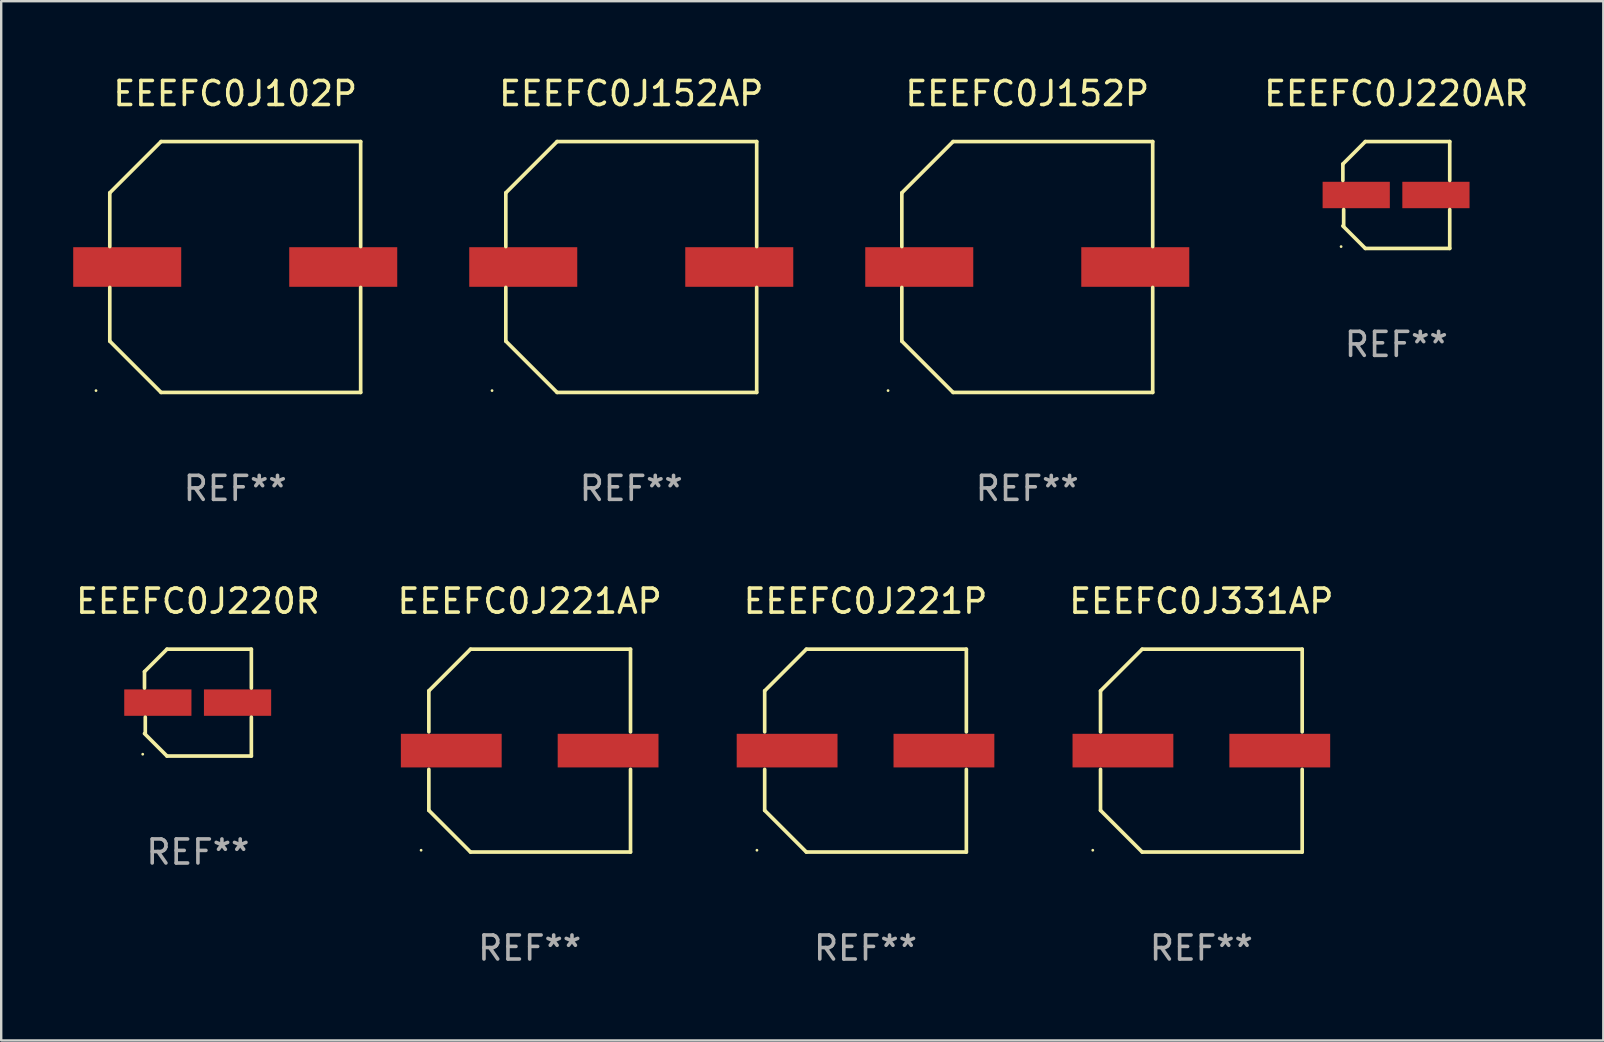
<source format=kicad_pcb>
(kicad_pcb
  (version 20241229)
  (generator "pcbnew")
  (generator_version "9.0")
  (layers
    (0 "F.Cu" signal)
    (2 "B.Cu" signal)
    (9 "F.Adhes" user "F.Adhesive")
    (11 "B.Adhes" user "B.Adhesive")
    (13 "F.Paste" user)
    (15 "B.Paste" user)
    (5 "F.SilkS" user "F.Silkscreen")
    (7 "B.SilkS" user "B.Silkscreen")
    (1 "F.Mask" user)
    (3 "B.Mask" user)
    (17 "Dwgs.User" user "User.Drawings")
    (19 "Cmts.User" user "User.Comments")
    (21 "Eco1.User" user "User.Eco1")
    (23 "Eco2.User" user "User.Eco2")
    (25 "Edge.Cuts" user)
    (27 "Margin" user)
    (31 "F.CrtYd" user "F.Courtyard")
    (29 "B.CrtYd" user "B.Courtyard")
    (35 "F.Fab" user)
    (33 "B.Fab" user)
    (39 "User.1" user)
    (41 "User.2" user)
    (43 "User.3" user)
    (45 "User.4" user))
  (footprint "EEEFC0J152P"
    (layer "F.Cu")
    (at 39.749 8.074)
    (property "Reference" "EEEFC0J152P" (at 0 -7.226 0) (layer "F.SilkS") (effects (font (size 1 1) (thickness 0.15))))
    (attr through_hole)
    (fp_line (start -5.226 -3.09) (end -5.226 -0.852) (stroke (width 0.152) (type solid)) (layer "F.SilkS"))
    (fp_line (start -5.226 3.09) (end -5.226 0.852) (stroke (width 0.152) (type solid)) (layer "F.SilkS"))
    (fp_line (start -3.09 -5.226) (end -5.226 -3.09) (stroke (width 0.152) (type solid)) (layer "F.SilkS"))
    (fp_line (start -3.09 5.226) (end -5.226 3.09) (stroke (width 0.152) (type solid)) (layer "F.SilkS"))
    (fp_line (start 5.226 -5.226) (end -3.09 -5.226) (stroke (width 0.152) (type solid)) (layer "F.SilkS"))
    (fp_line (start 5.226 -0.852) (end 5.226 -5.226) (stroke (width 0.152) (type solid)) (layer "F.SilkS"))
    (fp_line (start 5.226 0.852) (end 5.226 5.226) (stroke (width 0.152) (type solid)) (layer "F.SilkS"))
    (fp_line (start 5.226 5.226) (end -3.09 5.226) (stroke (width 0.152) (type solid)) (layer "F.SilkS"))
    (fp_circle (center -5.8 5.15) (end -5.77 5.15) (stroke (width 0.06) (type solid)) (fill no) (layer "F.SilkS"))
    (fp_text user "REF**" (at 0 9.226 0) (layer "F.Fab") (effects (font (size 1 1) (thickness 0.15))))
    (pad "1" smd rect (at -4.5 0) (size 4.5 1.65) (layers "F.Cu" "F.Mask" "F.Paste"))
    (pad "2" smd rect (at 4.5 0) (size 4.5 1.65) (layers "F.Cu" "F.Mask" "F.Paste")))
  (footprint "EEEFC0J220AR"
    (layer "F.Cu")
    (at 55.124 5.074)
    (property "Reference" "EEEFC0J220AR" (at 0 -4.226 0) (layer "F.SilkS") (effects (font (size 1 1) (thickness 0.15))))
    (attr through_hole)
    (fp_line (start -2.226 -1.29) (end -2.226 -0.607) (stroke (width 0.152) (type solid)) (layer "F.SilkS"))
    (fp_line (start -2.193 1.29) (end -2.193 0.607) (stroke (width 0.152) (type solid)) (layer "F.SilkS"))
    (fp_line (start -1.29 2.226) (end -2.226 1.29) (stroke (width 0.152) (type solid)) (layer "F.SilkS"))
    (fp_line (start -1.29 -2.226) (end -2.226 -1.29) (stroke (width 0.152) (type solid)) (layer "F.SilkS"))
    (fp_line (start 2.226 -2.226) (end -1.29 -2.226) (stroke (width 0.152) (type solid)) (layer "F.SilkS"))
    (fp_line (start 2.226 -0.607) (end 2.226 -2.226) (stroke (width 0.152) (type solid)) (layer "F.SilkS"))
    (fp_line (start 2.226 0.607) (end 2.226 2.226) (stroke (width 0.152) (type solid)) (layer "F.SilkS"))
    (fp_line (start 2.226 2.226) (end -1.29 2.226) (stroke (width 0.152) (type solid)) (layer "F.SilkS"))
    (fp_circle (center -2.3 2.15) (end -2.27 2.15) (stroke (width 0.06) (type solid)) (fill no) (layer "F.SilkS"))
    (fp_text user "REF**" (at 0 6.226 0) (layer "F.Fab") (effects (font (size 1 1) (thickness 0.15))))
    (pad "1" smd rect (at -1.67 -0.000025) (size 2.8 1.1) (layers "F.Cu" "F.Mask" "F.Paste"))
    (pad "2" smd rect (at 1.651 -0.000025) (size 2.8 1.1) (layers "F.Cu" "F.Mask" "F.Paste")))
  (footprint "EEEFC0J220R"
    (layer "F.Cu")
    (at 5.196 26.223)
    (property "Reference" "EEEFC0J220R" (at 0 -4.226 0) (layer "F.SilkS") (effects (font (size 1 1) (thickness 0.15))))
    (attr through_hole)
    (fp_line (start -2.226 -1.29) (end -2.226 -0.607) (stroke (width 0.152) (type solid)) (layer "F.SilkS"))
    (fp_line (start -2.193 1.29) (end -2.193 0.607) (stroke (width 0.152) (type solid)) (layer "F.SilkS"))
    (fp_line (start -1.29 2.226) (end -2.226 1.29) (stroke (width 0.152) (type solid)) (layer "F.SilkS"))
    (fp_line (start -1.29 -2.226) (end -2.226 -1.29) (stroke (width 0.152) (type solid)) (layer "F.SilkS"))
    (fp_line (start 2.226 -2.226) (end -1.29 -2.226) (stroke (width 0.152) (type solid)) (layer "F.SilkS"))
    (fp_line (start 2.226 -0.607) (end 2.226 -2.226) (stroke (width 0.152) (type solid)) (layer "F.SilkS"))
    (fp_line (start 2.226 0.607) (end 2.226 2.226) (stroke (width 0.152) (type solid)) (layer "F.SilkS"))
    (fp_line (start 2.226 2.226) (end -1.29 2.226) (stroke (width 0.152) (type solid)) (layer "F.SilkS"))
    (fp_circle (center -2.3 2.15) (end -2.27 2.15) (stroke (width 0.06) (type solid)) (fill no) (layer "F.SilkS"))
    (fp_text user "REF**" (at 0 6.226 0) (layer "F.Fab") (effects (font (size 1 1) (thickness 0.15))))
    (pad "1" smd rect (at -1.67 -0.000025) (size 2.8 1.1) (layers "F.Cu" "F.Mask" "F.Paste"))
    (pad "2" smd rect (at 1.651 -0.000025) (size 2.8 1.1) (layers "F.Cu" "F.Mask" "F.Paste")))
  (footprint "EEEFC0J102P"
    (layer "F.Cu")
    (at 6.75 8.074)
    (property "Reference" "EEEFC0J102P" (at 0 -7.226 0) (layer "F.SilkS") (effects (font (size 1 1) (thickness 0.15))))
    (attr through_hole)
    (fp_line (start -5.226 -3.09) (end -5.226 -0.852) (stroke (width 0.152) (type solid)) (layer "F.SilkS"))
    (fp_line (start -5.226 3.09) (end -5.226 0.852) (stroke (width 0.152) (type solid)) (layer "F.SilkS"))
    (fp_line (start -3.09 -5.226) (end -5.226 -3.09) (stroke (width 0.152) (type solid)) (layer "F.SilkS"))
    (fp_line (start -3.09 5.226) (end -5.226 3.09) (stroke (width 0.152) (type solid)) (layer "F.SilkS"))
    (fp_line (start 5.226 -5.226) (end -3.09 -5.226) (stroke (width 0.152) (type solid)) (layer "F.SilkS"))
    (fp_line (start 5.226 -0.852) (end 5.226 -5.226) (stroke (width 0.152) (type solid)) (layer "F.SilkS"))
    (fp_line (start 5.226 0.852) (end 5.226 5.226) (stroke (width 0.152) (type solid)) (layer "F.SilkS"))
    (fp_line (start 5.226 5.226) (end -3.09 5.226) (stroke (width 0.152) (type solid)) (layer "F.SilkS"))
    (fp_circle (center -5.8 5.15) (end -5.77 5.15) (stroke (width 0.06) (type solid)) (fill no) (layer "F.SilkS"))
    (fp_text user "REF**" (at 0 9.226 0) (layer "F.Fab") (effects (font (size 1 1) (thickness 0.15))))
    (pad "1" smd rect (at -4.5 0) (size 4.5 1.65) (layers "F.Cu" "F.Mask" "F.Paste"))
    (pad "2" smd rect (at 4.5 0) (size 4.5 1.65) (layers "F.Cu" "F.Mask" "F.Paste")))
  (footprint "EEEFC0J221AP"
    (layer "F.Cu")
    (at 19.018 28.223)
    (property "Reference" "EEEFC0J221AP" (at 0 -6.226 0) (layer "F.SilkS") (effects (font (size 1 1) (thickness 0.15))))
    (attr through_hole)
    (fp_line (start -4.201 -2.49) (end -4.201 -0.782) (stroke (width 0.152) (type solid)) (layer "F.SilkS"))
    (fp_line (start -4.201 2.49) (end -4.201 0.782) (stroke (width 0.152) (type solid)) (layer "F.SilkS"))
    (fp_line (start -2.465 -4.226) (end -4.201 -2.49) (stroke (width 0.152) (type solid)) (layer "F.SilkS"))
    (fp_line (start -2.465 4.226) (end -4.201 2.49) (stroke (width 0.152) (type solid)) (layer "F.SilkS"))
    (fp_line (start 4.201 -4.226) (end -2.465 -4.226) (stroke (width 0.152) (type solid)) (layer "F.SilkS"))
    (fp_line (start 4.201 -0.782) (end 4.201 -4.226) (stroke (width 0.152) (type solid)) (layer "F.SilkS"))
    (fp_line (start 4.201 0.782) (end 4.201 4.226) (stroke (width 0.152) (type solid)) (layer "F.SilkS"))
    (fp_line (start 4.201 4.226) (end -2.465 4.226) (stroke (width 0.152) (type solid)) (layer "F.SilkS"))
    (fp_circle (center -4.524 4.15) (end -4.494 4.15) (stroke (width 0.06) (type solid)) (fill no) (layer "F.SilkS"))
    (fp_text user "REF**" (at 0 8.226 0) (layer "F.Fab") (effects (font (size 1 1) (thickness 0.15))))
    (pad "1" smd rect (at -3.267 0) (size 4.2 1.4) (layers "F.Cu" "F.Mask" "F.Paste"))
    (pad "2" smd rect (at 3.267 0) (size 4.2 1.4) (layers "F.Cu" "F.Mask" "F.Paste")))
  (footprint "EEEFC0J221P"
    (layer "F.Cu")
    (at 33.01 28.223)
    (property "Reference" "EEEFC0J221P" (at 0 -6.226 0) (layer "F.SilkS") (effects (font (size 1 1) (thickness 0.15))))
    (attr through_hole)
    (fp_line (start -4.201 -2.49) (end -4.201 -0.782) (stroke (width 0.152) (type solid)) (layer "F.SilkS"))
    (fp_line (start -4.201 2.49) (end -4.201 0.782) (stroke (width 0.152) (type solid)) (layer "F.SilkS"))
    (fp_line (start -2.465 -4.226) (end -4.201 -2.49) (stroke (width 0.152) (type solid)) (layer "F.SilkS"))
    (fp_line (start -2.465 4.226) (end -4.201 2.49) (stroke (width 0.152) (type solid)) (layer "F.SilkS"))
    (fp_line (start 4.201 -4.226) (end -2.465 -4.226) (stroke (width 0.152) (type solid)) (layer "F.SilkS"))
    (fp_line (start 4.201 -0.782) (end 4.201 -4.226) (stroke (width 0.152) (type solid)) (layer "F.SilkS"))
    (fp_line (start 4.201 0.782) (end 4.201 4.226) (stroke (width 0.152) (type solid)) (layer "F.SilkS"))
    (fp_line (start 4.201 4.226) (end -2.465 4.226) (stroke (width 0.152) (type solid)) (layer "F.SilkS"))
    (fp_circle (center -4.524 4.15) (end -4.494 4.15) (stroke (width 0.06) (type solid)) (fill no) (layer "F.SilkS"))
    (fp_text user "REF**" (at 0 8.226 0) (layer "F.Fab") (effects (font (size 1 1) (thickness 0.15))))
    (pad "1" smd rect (at -3.267 0) (size 4.2 1.4) (layers "F.Cu" "F.Mask" "F.Paste"))
    (pad "2" smd rect (at 3.267 0) (size 4.2 1.4) (layers "F.Cu" "F.Mask" "F.Paste")))
  (footprint "EEEFC0J152AP"
    (layer "F.Cu")
    (at 23.25 8.074)
    (property "Reference" "EEEFC0J152AP" (at 0 -7.226 0) (layer "F.SilkS") (effects (font (size 1 1) (thickness 0.15))))
    (attr through_hole)
    (fp_line (start -5.226 -3.09) (end -5.226 -0.852) (stroke (width 0.152) (type solid)) (layer "F.SilkS"))
    (fp_line (start -5.226 3.09) (end -5.226 0.852) (stroke (width 0.152) (type solid)) (layer "F.SilkS"))
    (fp_line (start -3.09 -5.226) (end -5.226 -3.09) (stroke (width 0.152) (type solid)) (layer "F.SilkS"))
    (fp_line (start -3.09 5.226) (end -5.226 3.09) (stroke (width 0.152) (type solid)) (layer "F.SilkS"))
    (fp_line (start 5.226 -5.226) (end -3.09 -5.226) (stroke (width 0.152) (type solid)) (layer "F.SilkS"))
    (fp_line (start 5.226 -0.852) (end 5.226 -5.226) (stroke (width 0.152) (type solid)) (layer "F.SilkS"))
    (fp_line (start 5.226 0.852) (end 5.226 5.226) (stroke (width 0.152) (type solid)) (layer "F.SilkS"))
    (fp_line (start 5.226 5.226) (end -3.09 5.226) (stroke (width 0.152) (type solid)) (layer "F.SilkS"))
    (fp_circle (center -5.8 5.15) (end -5.77 5.15) (stroke (width 0.06) (type solid)) (fill no) (layer "F.SilkS"))
    (fp_text user "REF**" (at 0 9.226 0) (layer "F.Fab") (effects (font (size 1 1) (thickness 0.15))))
    (pad "1" smd rect (at -4.5 0) (size 4.5 1.65) (layers "F.Cu" "F.Mask" "F.Paste"))
    (pad "2" smd rect (at 4.5 0) (size 4.5 1.65) (layers "F.Cu" "F.Mask" "F.Paste")))
  (footprint "EEEFC0J331AP"
    (layer "F.Cu")
    (at 47.002 28.223)
    (property "Reference" "EEEFC0J331AP" (at 0 -6.226 0) (layer "F.SilkS") (effects (font (size 1 1) (thickness 0.15))))
    (attr through_hole)
    (fp_line (start -4.201 -2.49) (end -4.201 -0.782) (stroke (width 0.152) (type solid)) (layer "F.SilkS"))
    (fp_line (start -4.201 2.49) (end -4.201 0.782) (stroke (width 0.152) (type solid)) (layer "F.SilkS"))
    (fp_line (start -2.465 -4.226) (end -4.201 -2.49) (stroke (width 0.152) (type solid)) (layer "F.SilkS"))
    (fp_line (start -2.465 4.226) (end -4.201 2.49) (stroke (width 0.152) (type solid)) (layer "F.SilkS"))
    (fp_line (start 4.201 -4.226) (end -2.465 -4.226) (stroke (width 0.152) (type solid)) (layer "F.SilkS"))
    (fp_line (start 4.201 -0.782) (end 4.201 -4.226) (stroke (width 0.152) (type solid)) (layer "F.SilkS"))
    (fp_line (start 4.201 0.782) (end 4.201 4.226) (stroke (width 0.152) (type solid)) (layer "F.SilkS"))
    (fp_line (start 4.201 4.226) (end -2.465 4.226) (stroke (width 0.152) (type solid)) (layer "F.SilkS"))
    (fp_circle (center -4.524 4.15) (end -4.494 4.15) (stroke (width 0.06) (type solid)) (fill no) (layer "F.SilkS"))
    (fp_text user "REF**" (at 0 8.226 0) (layer "F.Fab") (effects (font (size 1 1) (thickness 0.15))))
    (pad "1" smd rect (at -3.267 0) (size 4.2 1.4) (layers "F.Cu" "F.Mask" "F.Paste"))
    (pad "2" smd rect (at 3.267 0) (size 4.2 1.4) (layers "F.Cu" "F.Mask" "F.Paste")))
  (gr_rect
    (start -3 -3)
    (end 63.749 40.298)
    (stroke (width 0.1) (type default))
    (fill no)
    (layer "Edge.Cuts")))
</source>
